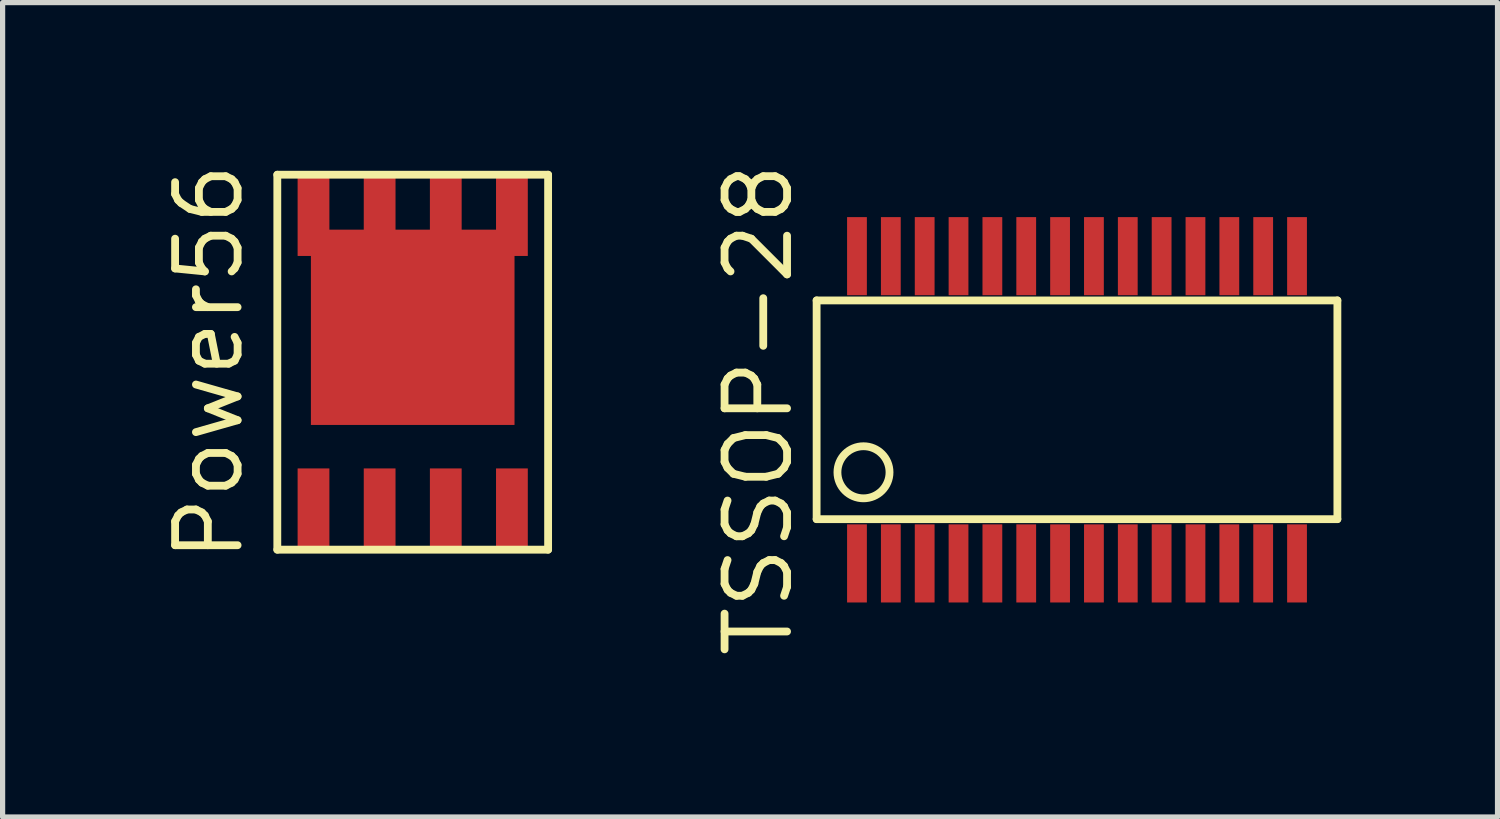
<source format=kicad_pcb>
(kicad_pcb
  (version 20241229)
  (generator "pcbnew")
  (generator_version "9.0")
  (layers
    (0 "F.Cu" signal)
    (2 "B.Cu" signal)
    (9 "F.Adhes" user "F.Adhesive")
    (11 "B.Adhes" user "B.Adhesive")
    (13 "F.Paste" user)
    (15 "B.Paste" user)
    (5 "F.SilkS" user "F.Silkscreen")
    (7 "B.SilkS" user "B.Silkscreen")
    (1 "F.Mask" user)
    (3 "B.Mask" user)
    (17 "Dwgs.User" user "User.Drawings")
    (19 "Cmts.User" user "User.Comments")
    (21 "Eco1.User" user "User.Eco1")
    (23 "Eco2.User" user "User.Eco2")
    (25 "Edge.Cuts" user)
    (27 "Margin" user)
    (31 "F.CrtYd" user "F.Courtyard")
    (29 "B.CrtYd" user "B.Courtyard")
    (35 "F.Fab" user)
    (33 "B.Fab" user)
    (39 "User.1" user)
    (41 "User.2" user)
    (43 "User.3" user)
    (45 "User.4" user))
  (footprint "TSSOP-28"
    (layer "F.Cu")
    (at 17.631 4.819)
    (property "Reference" "TSSOP-28" (at -6.115 0 90) (layer "F.SilkS") (effects (font (size 1.2 1.2) (thickness 0.15))))
    (attr through_hole)
    (fp_line (start -5 -2.1) (end 5 -2.1) (stroke (width 0.15) (type solid)) (layer "F.SilkS"))
    (fp_line (start -5 2.1) (end -5 -2.1) (stroke (width 0.15) (type solid)) (layer "F.SilkS"))
    (fp_line (start -5 2.1) (end 5 2.1) (stroke (width 0.15) (type solid)) (layer "F.SilkS"))
    (fp_line (start 5 -2.1) (end 5 2.1) (stroke (width 0.15) (type solid)) (layer "F.SilkS"))
    (fp_circle (center -4.1 1.2) (end -3.6 1.2) (stroke (width 0.15) (type solid)) (fill no) (layer "F.SilkS"))
    (pad "1" smd rect (at -4.225 2.95) (size 0.38 1.5) (layers "F.Cu" "F.Mask" "F.Paste"))
    (pad "2" smd rect (at -3.575 2.95) (size 0.38 1.5) (layers "F.Cu" "F.Mask" "F.Paste"))
    (pad "3" smd rect (at -2.925 2.95) (size 0.38 1.5) (layers "F.Cu" "F.Mask" "F.Paste"))
    (pad "4" smd rect (at -2.275 2.95) (size 0.38 1.5) (layers "F.Cu" "F.Mask" "F.Paste"))
    (pad "5" smd rect (at -1.625 2.95) (size 0.38 1.5) (layers "F.Cu" "F.Mask" "F.Paste"))
    (pad "6" smd rect (at -0.975 2.95) (size 0.38 1.5) (layers "F.Cu" "F.Mask" "F.Paste"))
    (pad "7" smd rect (at -0.325 2.95) (size 0.38 1.5) (layers "F.Cu" "F.Mask" "F.Paste"))
    (pad "8" smd rect (at 0.325 2.95) (size 0.38 1.5) (layers "F.Cu" "F.Mask" "F.Paste"))
    (pad "9" smd rect (at 0.975 2.95) (size 0.38 1.5) (layers "F.Cu" "F.Mask" "F.Paste"))
    (pad "10" smd rect (at 1.625 2.95) (size 0.38 1.5) (layers "F.Cu" "F.Mask" "F.Paste"))
    (pad "11" smd rect (at 2.275 2.95) (size 0.38 1.5) (layers "F.Cu" "F.Mask" "F.Paste"))
    (pad "12" smd rect (at 2.925 2.95) (size 0.38 1.5) (layers "F.Cu" "F.Mask" "F.Paste"))
    (pad "13" smd rect (at 3.575 2.95) (size 0.38 1.5) (layers "F.Cu" "F.Mask" "F.Paste"))
    (pad "14" smd rect (at 4.225 2.95) (size 0.38 1.5) (layers "F.Cu" "F.Mask" "F.Paste"))
    (pad "15" smd rect (at 4.225 -2.95) (size 0.38 1.5) (layers "F.Cu" "F.Mask" "F.Paste"))
    (pad "16" smd rect (at 3.575 -2.95) (size 0.38 1.5) (layers "F.Cu" "F.Mask" "F.Paste"))
    (pad "17" smd rect (at 2.925 -2.95) (size 0.38 1.5) (layers "F.Cu" "F.Mask" "F.Paste"))
    (pad "18" smd rect (at 2.275 -2.95) (size 0.38 1.5) (layers "F.Cu" "F.Mask" "F.Paste"))
    (pad "19" smd rect (at 1.625 -2.95) (size 0.38 1.5) (layers "F.Cu" "F.Mask" "F.Paste"))
    (pad "20" smd rect (at 0.975 -2.95) (size 0.38 1.5) (layers "F.Cu" "F.Mask" "F.Paste"))
    (pad "21" smd rect (at 0.325 -2.95) (size 0.38 1.5) (layers "F.Cu" "F.Mask" "F.Paste"))
    (pad "22" smd rect (at -0.325 -2.95) (size 0.38 1.5) (layers "F.Cu" "F.Mask" "F.Paste"))
    (pad "23" smd rect (at -0.975 -2.95) (size 0.38 1.5) (layers "F.Cu" "F.Mask" "F.Paste"))
    (pad "24" smd rect (at -1.625 -2.95) (size 0.38 1.5) (layers "F.Cu" "F.Mask" "F.Paste"))
    (pad "25" smd rect (at -2.275 -2.95) (size 0.38 1.5) (layers "F.Cu" "F.Mask" "F.Paste"))
    (pad "26" smd rect (at -2.925 -2.95) (size 0.38 1.5) (layers "F.Cu" "F.Mask" "F.Paste"))
    (pad "27" smd rect (at -3.575 -2.95) (size 0.38 1.5) (layers "F.Cu" "F.Mask" "F.Paste"))
    (pad "28" smd rect (at -4.225 -2.95) (size 0.38 1.5) (layers "F.Cu" "F.Mask" "F.Paste")))
  (footprint "Power56"
    (layer "F.Cu")
    (at 4.875 3.905)
    (property "Reference" "Power56" (at -3.91 0 90) (layer "F.SilkS") (effects (font (size 1.2 1.2) (thickness 0.15))))
    (attr through_hole)
    (fp_line (start -2.6 -3.6) (end 2.6 -3.6) (stroke (width 0.15) (type solid)) (layer "F.SilkS"))
    (fp_line (start -2.6 3.6) (end -2.6 -3.6) (stroke (width 0.15) (type solid)) (layer "F.SilkS"))
    (fp_line (start 2.6 -3.6) (end 2.6 3.6) (stroke (width 0.15) (type solid)) (layer "F.SilkS"))
    (fp_line (start 2.6 3.6) (end -2.6 3.6) (stroke (width 0.15) (type solid)) (layer "F.SilkS"))
    (pad "1" smd rect (at -1.905 2.79) (size 0.61 1.5) (layers "F.Cu" "F.Mask" "F.Paste"))
    (pad "2" smd rect (at -0.635 2.79) (size 0.61 1.5) (layers "F.Cu" "F.Mask" "F.Paste"))
    (pad "3" smd rect (at 0.635 2.79) (size 0.61 1.5) (layers "F.Cu" "F.Mask" "F.Paste"))
    (pad "4" smd rect (at 1.905 2.79) (size 0.61 1.5) (layers "F.Cu" "F.Mask" "F.Paste"))
    (pad "5" smd rect (at 0 -0.67) (size 3.91 3.75) (layers "F.Cu" "F.Mask" "F.Paste"))
    (pad "5" smd rect (at 1.905 -2.79) (size 0.61 1.5) (layers "F.Cu" "F.Mask" "F.Paste"))
    (pad "6" smd rect (at 0.635 -2.79) (size 0.61 1.5) (layers "F.Cu" "F.Mask" "F.Paste"))
    (pad "7" smd rect (at -0.635 -2.79) (size 0.61 1.5) (layers "F.Cu" "F.Mask" "F.Paste"))
    (pad "8" smd rect (at -1.905 -2.79) (size 0.61 1.5) (layers "F.Cu" "F.Mask" "F.Paste")))
  (gr_rect
    (start -3 -3)
    (end 25.706 12.639)
    (stroke (width 0.1) (type default))
    (fill no)
    (layer "Edge.Cuts")))
</source>
